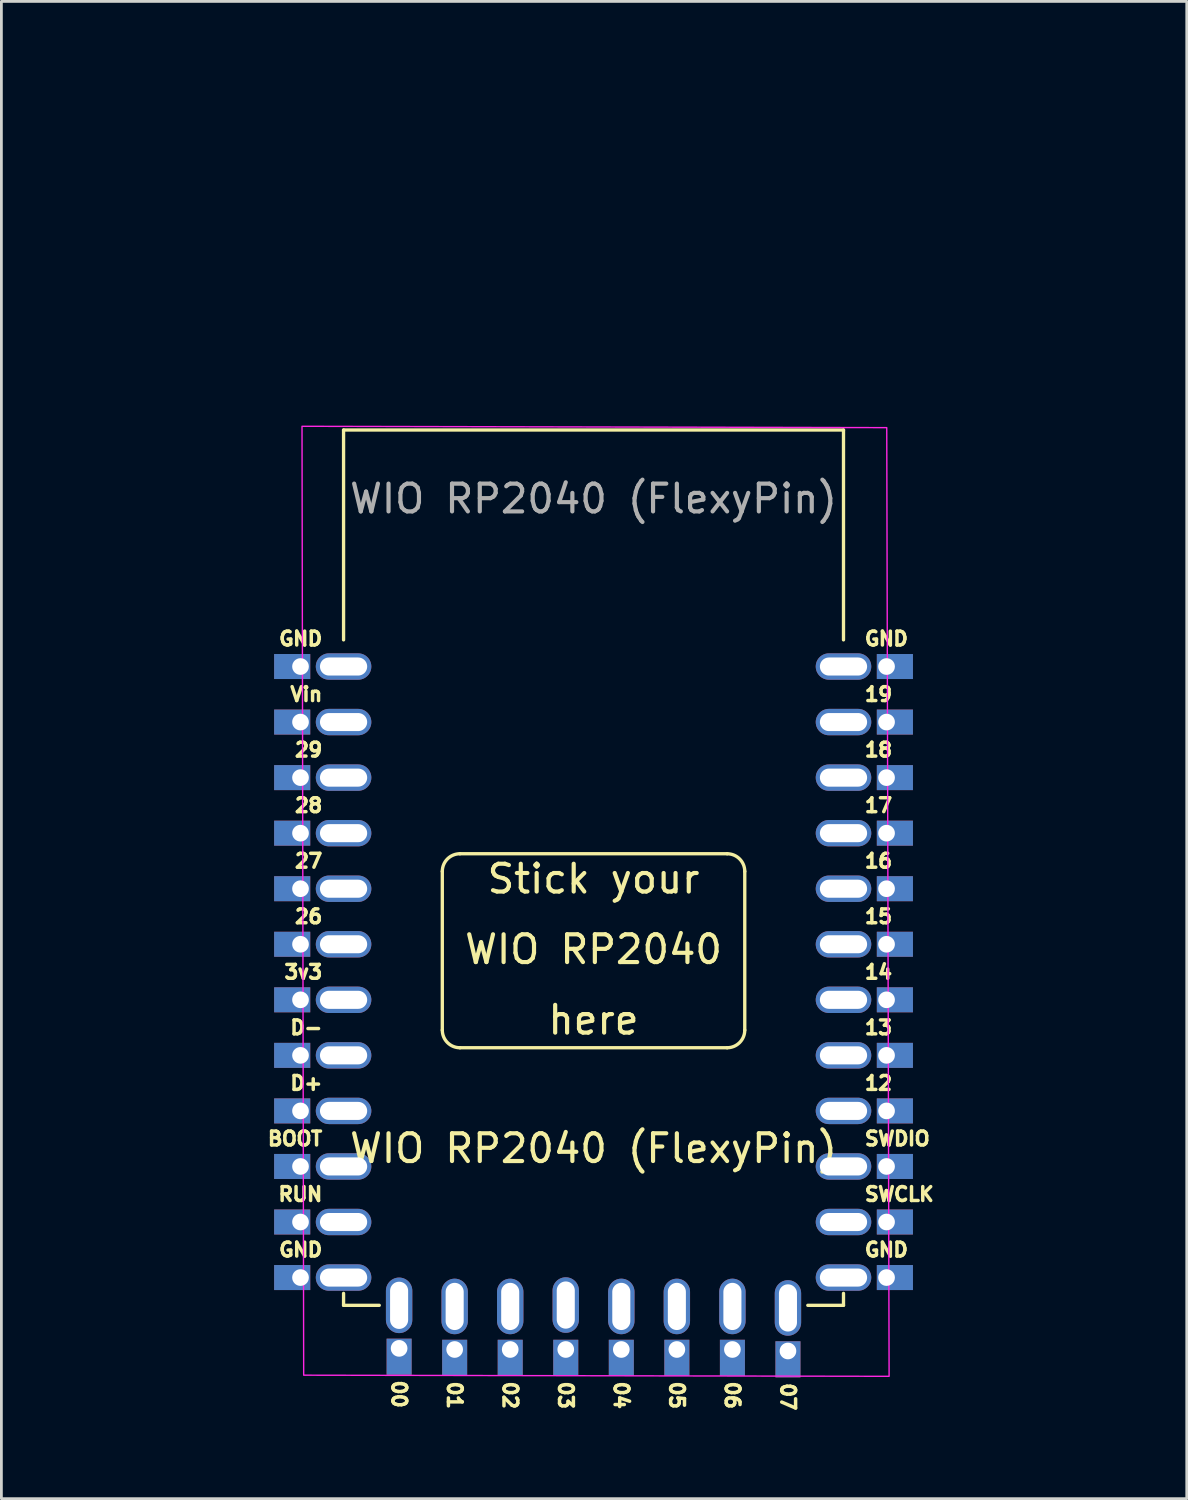
<source format=kicad_pcb>
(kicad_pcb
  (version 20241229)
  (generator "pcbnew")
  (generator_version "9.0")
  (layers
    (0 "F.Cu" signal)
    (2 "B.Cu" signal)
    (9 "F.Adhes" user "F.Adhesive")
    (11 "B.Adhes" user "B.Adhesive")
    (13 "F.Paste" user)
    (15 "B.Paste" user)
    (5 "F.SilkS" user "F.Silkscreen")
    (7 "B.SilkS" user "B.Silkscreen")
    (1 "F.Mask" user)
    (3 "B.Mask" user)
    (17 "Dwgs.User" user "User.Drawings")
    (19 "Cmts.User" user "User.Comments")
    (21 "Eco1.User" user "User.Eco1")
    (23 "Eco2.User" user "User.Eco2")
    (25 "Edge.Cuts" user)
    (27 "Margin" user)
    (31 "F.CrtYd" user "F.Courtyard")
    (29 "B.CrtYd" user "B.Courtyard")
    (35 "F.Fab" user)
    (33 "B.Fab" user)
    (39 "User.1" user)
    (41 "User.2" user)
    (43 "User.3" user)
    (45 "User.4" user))
  (footprint "WIO RP2040 (FlexyPin)"
    (layer "F.Cu")
    (at 18.32 31.948)
    (property "Reference" "WIO RP2040 (FlexyPin)" (at 0 6.35 0) (unlocked yes) (layer "F.SilkS") (effects (font (size 1 1) (thickness 0.15))))
    (attr through_hole)
    (fp_line (start -9 -19.515) (end -9 -11.96) (stroke (width 0.12) (type solid)) (layer "F.SilkS"))
    (fp_line (start -9 11.57) (end -9 12) (stroke (width 0.12) (type solid)) (layer "F.SilkS"))
    (fp_line (start -9 12) (end -7.715 12) (stroke (width 0.12) (type solid)) (layer "F.SilkS"))
    (fp_line (start -5.445 -3.624) (end -5.445 2.091) (stroke (width 0.12) (type solid)) (layer "F.SilkS"))
    (fp_line (start -4.81 -4.259) (end 4.81 -4.259) (stroke (width 0.12) (type solid)) (layer "F.SilkS"))
    (fp_line (start 4.81 2.726) (end -4.81 2.726) (stroke (width 0.12) (type solid)) (layer "F.SilkS"))
    (fp_line (start 5.445 -3.624) (end 5.445 2.091) (stroke (width 0.12) (type solid)) (layer "F.SilkS"))
    (fp_line (start 9 -19.515) (end -9 -19.515) (stroke (width 0.12) (type solid)) (layer "F.SilkS"))
    (fp_line (start 9 -11.96) (end 9 -19.515) (stroke (width 0.12) (type solid)) (layer "F.SilkS"))
    (fp_line (start 9 11.57) (end 9 12) (stroke (width 0.12) (type solid)) (layer "F.SilkS"))
    (fp_line (start 9 12) (end 7.715 12) (stroke (width 0.12) (type solid)) (layer "F.SilkS"))
    (fp_arc (start -5.445 -3.624014) (mid -5.259013 -4.073027) (end -4.81 -4.259014) (stroke (width 0.12) (type solid)) (layer "F.SilkS"))
    (fp_arc (start -4.81 2.725987) (mid -5.259013 2.54) (end -5.445 2.090987) (stroke (width 0.12) (type solid)) (layer "F.SilkS"))
    (fp_arc (start 4.81 -4.259013) (mid 5.259013 -4.073026) (end 5.445 -3.624013) (stroke (width 0.12) (type solid)) (layer "F.SilkS"))
    (fp_arc (start 5.445 2.090988) (mid 5.259012 2.54) (end 4.81 2.725988) (stroke (width 0.12) (type solid)) (layer "F.SilkS"))
    (fp_poly (pts (xy 10.642 14.556) (xy -10.436 14.515) (xy -10.496 -19.65) (xy 10.557 -19.601)) (stroke (width 0.05) (type solid)) (fill no) (layer "F.CrtYd"))
    (fp_text user "GND" (at -9.7 -12 0) (layer "F.SilkS") (effects (font (size 0.5 0.5) (thickness 0.125)) (justify right)))
    (fp_text user "26" (at -9.7 -2 0) (unlocked yes) (layer "F.SilkS") (effects (font (size 0.5 0.5) (thickness 0.125)) (justify right)))
    (fp_text user "13" (at 9.7 2 0) (layer "F.SilkS") (effects (font (size 0.5 0.5) (thickness 0.125)) (justify left)))
    (fp_text user "Stick your" (at 0 -3.354 0) (unlocked yes) (layer "F.SilkS") (effects (font (size 1 1) (thickness 0.15))))
    (fp_text user "06" (at 5 14.68 270) (unlocked yes) (layer "F.SilkS") (effects (font (size 0.5 0.5) (thickness 0.125)) (justify left)))
    (fp_text user "D-" (at -9.7 2 0) (layer "F.SilkS") (effects (font (size 0.5 0.5) (thickness 0.125)) (justify right)))
    (fp_text user "17" (at 9.7 -6 0) (unlocked yes) (layer "F.SilkS") (effects (font (size 0.5 0.5) (thickness 0.125)) (justify left)))
    (fp_text user "16" (at 9.7 -4 0) (unlocked yes) (layer "F.SilkS") (effects (font (size 0.5 0.5) (thickness 0.125)) (justify left)))
    (fp_text user "00" (at -7 14.64 270) (unlocked yes) (layer "F.SilkS") (effects (font (size 0.5 0.5) (thickness 0.125)) (justify left)))
    (fp_text user "D+" (at -9.7 4 0) (unlocked yes) (layer "F.SilkS") (effects (font (size 0.5 0.5) (thickness 0.125)) (justify right)))
    (fp_text user "03" (at -1 14.68 270) (unlocked yes) (layer "F.SilkS") (effects (font (size 0.5 0.5) (thickness 0.125)) (justify left)))
    (fp_text user "RUN" (at -9.7 8 0) (unlocked yes) (layer "F.SilkS") (effects (font (size 0.5 0.5) (thickness 0.125)) (justify right)))
    (fp_text user "14" (at 9.7 0 0) (unlocked yes) (layer "F.SilkS") (effects (font (size 0.5 0.5) (thickness 0.125)) (justify left)))
    (fp_text user "07" (at 7 14.734 270) (unlocked yes) (layer "F.SilkS") (effects (font (size 0.5 0.5) (thickness 0.125)) (justify left)))
    (fp_text user "Vin" (at -9.7 -10 0) (unlocked yes) (layer "F.SilkS") (effects (font (size 0.5 0.5) (thickness 0.125)) (justify right)))
    (fp_text user "18" (at 9.7 -8 0) (unlocked yes) (layer "F.SilkS") (effects (font (size 0.5 0.5) (thickness 0.125)) (justify left)))
    (fp_text user "27" (at -9.7 -4 0) (unlocked yes) (layer "F.SilkS") (effects (font (size 0.5 0.5) (thickness 0.125)) (justify right)))
    (fp_text user "02" (at -3 14.68 270) (unlocked yes) (layer "F.SilkS") (effects (font (size 0.5 0.5) (thickness 0.125)) (justify left)))
    (fp_text user "GND" (at -9.7 10 0) (layer "F.SilkS") (effects (font (size 0.5 0.5) (thickness 0.125)) (justify right)))
    (fp_text user "28" (at -9.7 -6 0) (unlocked yes) (layer "F.SilkS") (effects (font (size 0.5 0.5) (thickness 0.125)) (justify right)))
    (fp_text user "01" (at -5 14.68 270) (unlocked yes) (layer "F.SilkS") (effects (font (size 0.5 0.5) (thickness 0.125)) (justify left)))
    (fp_text user "3v3" (at -9.7 0 0) (unlocked yes) (layer "F.SilkS") (effects (font (size 0.5 0.5) (thickness 0.125)) (justify right)))
    (fp_text user "04" (at 1 14.68 270) (unlocked yes) (layer "F.SilkS") (effects (font (size 0.5 0.5) (thickness 0.125)) (justify left)))
    (fp_text user "SWDIO" (at 9.7 6 0) (unlocked yes) (layer "F.SilkS") (effects (font (size 0.5 0.5) (thickness 0.125)) (justify left)))
    (fp_text user "GND" (at 9.7 10 0) (layer "F.SilkS") (effects (font (size 0.5 0.5) (thickness 0.125)) (justify left)))
    (fp_text user "WIO RP2040" (at 0 -0.814 0) (unlocked yes) (layer "F.SilkS") (effects (font (size 1 1) (thickness 0.15))))
    (fp_text user "SWCLK" (at 9.7 8 0) (unlocked yes) (layer "F.SilkS") (effects (font (size 0.5 0.5) (thickness 0.125)) (justify left)))
    (fp_text user "BOOT" (at -9.7 6 0) (unlocked yes) (layer "F.SilkS") (effects (font (size 0.5 0.5) (thickness 0.125)) (justify right)))
    (fp_text user "19" (at 9.7 -10 0) (unlocked yes) (layer "F.SilkS") (effects (font (size 0.5 0.5) (thickness 0.125)) (justify left)))
    (fp_text user "15" (at 9.7 -2 0) (unlocked yes) (layer "F.SilkS") (effects (font (size 0.5 0.5) (thickness 0.125)) (justify left)))
    (fp_text user "05" (at 3 14.68 270) (unlocked yes) (layer "F.SilkS") (effects (font (size 0.5 0.5) (thickness 0.125)) (justify left)))
    (fp_text user "29" (at -9.7 -8 0) (layer "F.SilkS") (effects (font (size 0.5 0.5) (thickness 0.125)) (justify right)))
    (fp_text user "GND" (at 9.7 -12 0) (unlocked yes) (layer "F.SilkS") (effects (font (size 0.5 0.5) (thickness 0.125)) (justify left)))
    (fp_text user "here" (at 0 1.726 0) (unlocked yes) (layer "F.SilkS") (effects (font (size 1 1) (thickness 0.15))))
    (fp_text user "12" (at 9.7 4 0) (unlocked yes) (layer "F.SilkS") (effects (font (size 0.5 0.5) (thickness 0.125)) (justify left)))
    (fp_text user "${REFERENCE}" (at 0 -17.04 0) (unlocked yes) (layer "F.Fab") (effects (font (size 1 1) (thickness 0.15))))
    (pad "1" thru_hole rect (at -10.55 -11) (size 1.3 0.9) (drill 0.6 (offset -0.3 0)) (layers "*.Cu" "*.Mask"))
    (pad "1" thru_hole oval (at -9 -11) (size 2 0.95) (drill oval 1.7 0.65) (layers "*.Cu" "*.Mask"))
    (pad "2" thru_hole rect (at -10.55 -9) (size 1.3 0.9) (drill 0.6 (offset -0.3 0)) (layers "*.Cu" "*.Mask"))
    (pad "2" thru_hole oval (at -9 -9) (size 2 0.95) (drill oval 1.7 0.65) (layers "*.Cu" "*.Mask"))
    (pad "3" thru_hole rect (at -10.55 -7) (size 1.3 0.9) (drill 0.6 (offset -0.3 0)) (layers "*.Cu" "*.Mask"))
    (pad "3" thru_hole oval (at -9 -7) (size 2 0.95) (drill oval 1.7 0.65) (layers "*.Cu" "*.Mask"))
    (pad "4" thru_hole rect (at -10.55 -5) (size 1.3 0.9) (drill 0.6 (offset -0.3 0)) (layers "*.Cu" "*.Mask"))
    (pad "4" thru_hole oval (at -9 -5) (size 2 0.95) (drill oval 1.7 0.65) (layers "*.Cu" "*.Mask"))
    (pad "5" thru_hole rect (at -10.55 -3) (size 1.3 0.9) (drill 0.6 (offset -0.3 0)) (layers "*.Cu" "*.Mask"))
    (pad "5" thru_hole oval (at -9 -3) (size 2 0.95) (drill oval 1.7 0.65) (layers "*.Cu" "*.Mask"))
    (pad "6" thru_hole rect (at -10.55 -1) (size 1.3 0.9) (drill 0.6 (offset -0.3 0)) (layers "*.Cu" "*.Mask"))
    (pad "6" thru_hole oval (at -9 -1) (size 2 0.95) (drill oval 1.7 0.65) (layers "*.Cu" "*.Mask"))
    (pad "7" thru_hole rect (at -10.55 1) (size 1.3 0.9) (drill 0.6 (offset -0.3 0)) (layers "*.Cu" "*.Mask"))
    (pad "7" thru_hole oval (at -9 1) (size 2 0.95) (drill oval 1.7 0.65) (layers "*.Cu" "*.Mask"))
    (pad "8" thru_hole rect (at -10.55 3) (size 1.3 0.9) (drill 0.6 (offset -0.3 0)) (layers "*.Cu" "*.Mask"))
    (pad "8" thru_hole oval (at -9 3) (size 2 0.95) (drill oval 1.7 0.65) (layers "*.Cu" "*.Mask"))
    (pad "9" thru_hole rect (at -10.55 5) (size 1.3 0.9) (drill 0.6 (offset -0.3 0)) (layers "*.Cu" "*.Mask"))
    (pad "9" thru_hole oval (at -9 5) (size 2 0.95) (drill oval 1.7 0.65) (layers "*.Cu" "*.Mask"))
    (pad "10" thru_hole rect (at -10.55 7) (size 1.3 0.9) (drill 0.6 (offset -0.3 0)) (layers "*.Cu" "*.Mask"))
    (pad "10" thru_hole oval (at -9 7) (size 2 0.95) (drill oval 1.7 0.65) (layers "*.Cu" "*.Mask"))
    (pad "10" thru_hole rect (at 10.55 1 180) (size 1.3 0.9) (drill 0.6 (offset -0.3 0)) (layers "*.Cu" "*.Mask"))
    (pad "11" thru_hole rect (at -10.55 9) (size 1.3 0.9) (drill 0.6 (offset -0.3 0)) (layers "*.Cu" "*.Mask"))
    (pad "11" thru_hole oval (at -9 9) (size 2 0.95) (drill oval 1.7 0.65) (layers "*.Cu" "*.Mask"))
    (pad "11" thru_hole rect (at 10.55 -1 180) (size 1.3 0.9) (drill 0.6 (offset -0.3 0)) (layers "*.Cu" "*.Mask"))
    (pad "11" thru_hole rect (at 10.55 7 180) (size 1.3 0.9) (drill 0.6 (offset -0.3 0)) (layers "*.Cu" "*.Mask"))
    (pad "12" thru_hole rect (at -10.55 11) (size 1.3 0.9) (drill 0.6 (offset -0.3 0)) (layers "*.Cu" "*.Mask"))
    (pad "12" thru_hole oval (at -9 11) (size 2 0.95) (drill oval 1.7 0.65) (layers "*.Cu" "*.Mask"))
    (pad "12" thru_hole rect (at 10.55 -3 180) (size 1.3 0.9) (drill 0.6 (offset -0.3 0)) (layers "*.Cu" "*.Mask"))
    (pad "13" thru_hole oval (at -7 12 90) (size 2 0.95) (drill oval 1.7 0.65) (layers "*.Cu" "*.Mask"))
    (pad "13" thru_hole rect (at -7 13.55 90) (size 1.3 0.9) (drill 0.6 (offset -0.3 0)) (layers "*.Cu" "*.Mask"))
    (pad "14" thru_hole oval (at -5 12.04 90) (size 2 0.95) (drill oval 1.7 0.65) (layers "*.Cu" "*.Mask"))
    (pad "14" thru_hole rect (at -5 13.59 90) (size 1.3 0.9) (drill 0.6 (offset -0.3 0)) (layers "*.Cu" "*.Mask"))
    (pad "15" thru_hole oval (at -3 12.04 90) (size 2 0.95) (drill oval 1.7 0.65) (layers "*.Cu" "*.Mask"))
    (pad "15" thru_hole rect (at -3 13.59 90) (size 1.3 0.9) (drill 0.6 (offset -0.3 0)) (layers "*.Cu" "*.Mask"))
    (pad "16" thru_hole oval (at -1 11.99 90) (size 2 0.95) (drill oval 1.7 0.65) (layers "*.Cu" "*.Mask"))
    (pad "16" thru_hole rect (at -1 13.59 90) (size 1.3 0.9) (drill 0.6 (offset -0.3 0)) (layers "*.Cu" "*.Mask"))
    (pad "17" thru_hole oval (at 1 12.04 90) (size 2 0.95) (drill oval 1.7 0.65) (layers "*.Cu" "*.Mask"))
    (pad "17" thru_hole rect (at 1 13.59 90) (size 1.3 0.9) (drill 0.6 (offset -0.3 0)) (layers "*.Cu" "*.Mask"))
    (pad "18" thru_hole oval (at 3 12.04 90) (size 2 0.95) (drill oval 1.7 0.65) (layers "*.Cu" "*.Mask"))
    (pad "18" thru_hole rect (at 3 13.59 90) (size 1.3 0.9) (drill 0.6 (offset -0.3 0)) (layers "*.Cu" "*.Mask"))
    (pad "19" thru_hole oval (at 5 12.04 90) (size 2 0.95) (drill oval 1.7 0.65) (layers "*.Cu" "*.Mask"))
    (pad "19" thru_hole rect (at 5 13.59 90) (size 1.3 0.9) (drill 0.6 (offset -0.3 0)) (layers "*.Cu" "*.Mask"))
    (pad "20" thru_hole oval (at 7 12.094 90) (size 2 0.95) (drill oval 1.7 0.65) (layers "*.Cu" "*.Mask"))
    (pad "20" thru_hole rect (at 7 13.644 90) (size 1.3 0.9) (drill 0.6 (offset -0.3 0)) (layers "*.Cu" "*.Mask"))
    (pad "21" thru_hole oval (at 9 11 180) (size 2 0.95) (drill oval 1.7 0.65) (layers "*.Cu" "*.Mask"))
    (pad "21" thru_hole rect (at 10.55 11 180) (size 1.3 0.9) (drill 0.6 (offset -0.3 0)) (layers "*.Cu" "*.Mask"))
    (pad "22" thru_hole oval (at 9 9 180) (size 2 0.95) (drill oval 1.7 0.65) (layers "*.Cu" "*.Mask"))
    (pad "22" thru_hole rect (at 10.55 9 180) (size 1.3 0.9) (drill 0.6 (offset -0.3 0)) (layers "*.Cu" "*.Mask"))
    (pad "23" thru_hole oval (at 9 7 180) (size 2 0.95) (drill oval 1.7 0.65) (layers "*.Cu" "*.Mask"))
    (pad "24" thru_hole oval (at 9 5 180) (size 2 0.95) (drill oval 1.7 0.65) (layers "*.Cu" "*.Mask"))
    (pad "24" thru_hole rect (at 10.55 5 180) (size 1.3 0.9) (drill 0.6 (offset -0.3 0)) (layers "*.Cu" "*.Mask"))
    (pad "25" thru_hole oval (at 9 3 180) (size 2 0.95) (drill oval 1.7 0.65) (layers "*.Cu" "*.Mask"))
    (pad "25" thru_hole rect (at 10.55 3 180) (size 1.3 0.9) (drill 0.6 (offset -0.3 0)) (layers "*.Cu" "*.Mask"))
    (pad "26" thru_hole oval (at 9 1 180) (size 2 0.95) (drill oval 1.7 0.65) (layers "*.Cu" "*.Mask"))
    (pad "27" thru_hole oval (at 9 -1 180) (size 2 0.95) (drill oval 1.7 0.65) (layers "*.Cu" "*.Mask"))
    (pad "28" thru_hole oval (at 9 -3 180) (size 2 0.95) (drill oval 1.7 0.65) (layers "*.Cu" "*.Mask"))
    (pad "29" thru_hole oval (at 9 -5 180) (size 2 0.95) (drill oval 1.7 0.65) (layers "*.Cu" "*.Mask"))
    (pad "29" thru_hole rect (at 10.55 -5 180) (size 1.3 0.9) (drill 0.6 (offset -0.3 0)) (layers "*.Cu" "*.Mask"))
    (pad "30" thru_hole oval (at 9 -7 180) (size 2 0.95) (drill oval 1.7 0.65) (layers "*.Cu" "*.Mask"))
    (pad "30" thru_hole rect (at 10.55 -7 180) (size 1.3 0.9) (drill 0.6 (offset -0.3 0)) (layers "*.Cu" "*.Mask"))
    (pad "31" thru_hole oval (at 9 -9 180) (size 2 0.95) (drill oval 1.7 0.65) (layers "*.Cu" "*.Mask"))
    (pad "31" thru_hole rect (at 10.55 -9 180) (size 1.3 0.9) (drill 0.6 (offset -0.3 0)) (layers "*.Cu" "*.Mask"))
    (pad "32" thru_hole oval (at 9 -11 180) (size 2 0.95) (drill oval 1.7 0.65) (layers "*.Cu" "*.Mask"))
    (pad "32" thru_hole rect (at 10.55 -11 180) (size 1.3 0.9) (drill 0.6 (offset -0.3 0)) (layers "*.Cu" "*.Mask"))
    (zone (net_name "") (layers "F.Cu" "B.Cu") (name "Antenna") (hatch full 0.508) (connect_pads) (min_thickness 0.254) (filled_areas_thickness no) (keepout (tracks not_allowed) (vias not_allowed) (pads not_allowed) (copperpour not_allowed) (footprints allowed)) (placement (enabled no)) (fill) (polygon (pts (xy 36.679 19.05) (xy 0 19.05) (xy 0 0) (xy 36.679 0.000001)))))
  (gr_rect
    (start -3 -3)
    (end 39.679 50.909)
    (stroke (width 0.1) (type default))
    (fill no)
    (layer "Edge.Cuts")))
</source>
